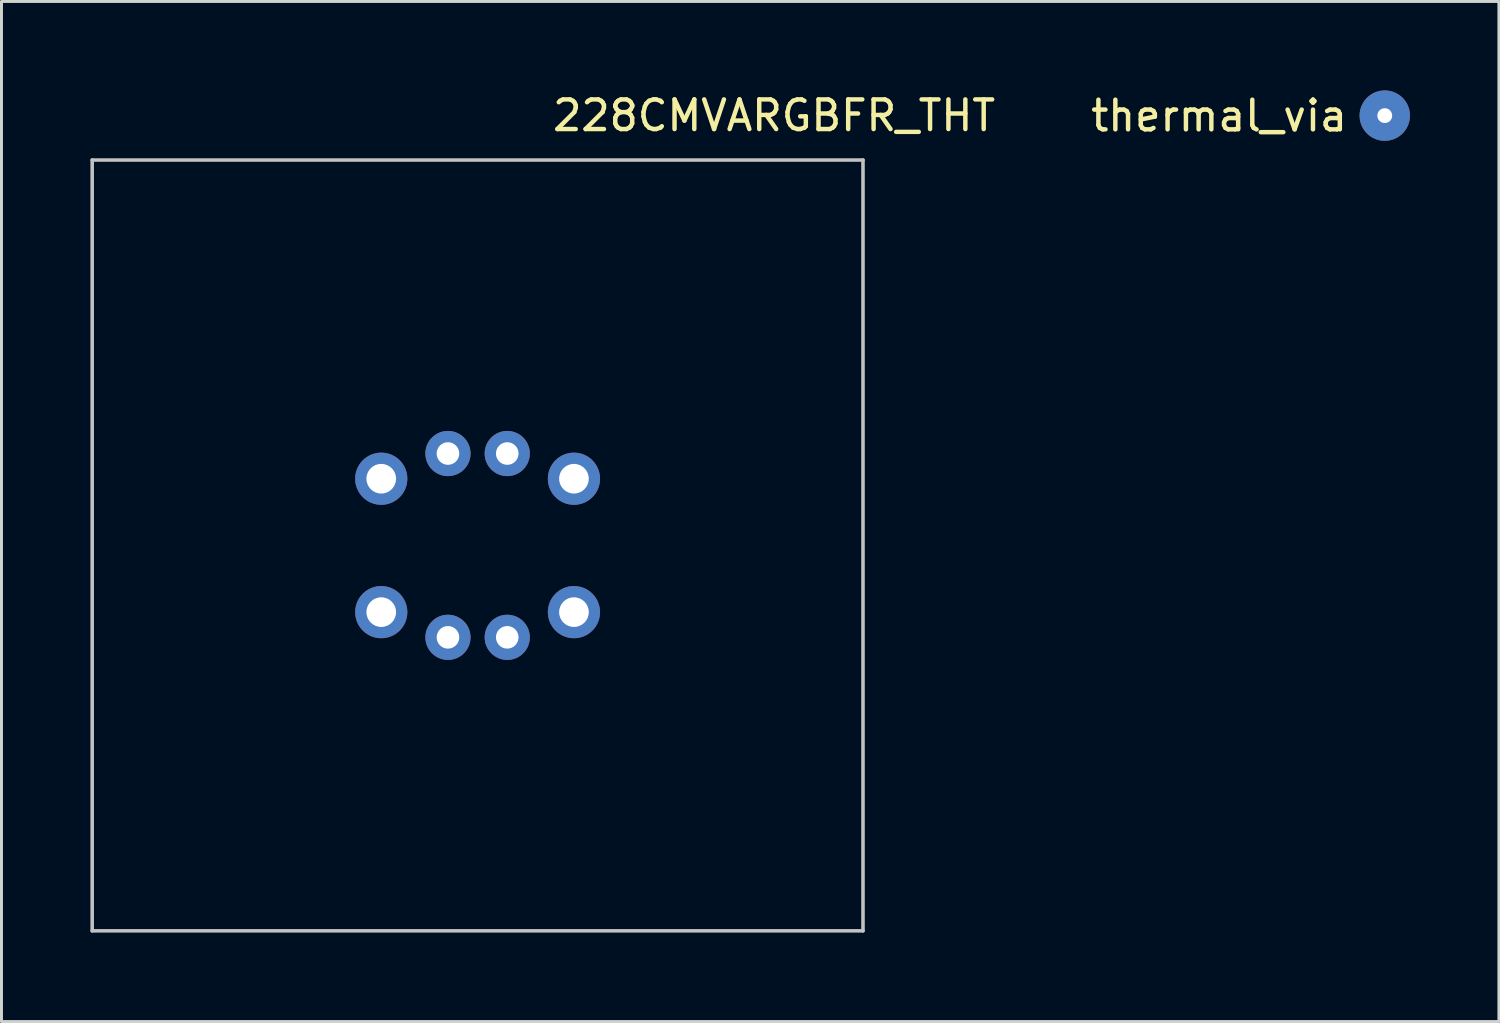
<source format=kicad_pcb>
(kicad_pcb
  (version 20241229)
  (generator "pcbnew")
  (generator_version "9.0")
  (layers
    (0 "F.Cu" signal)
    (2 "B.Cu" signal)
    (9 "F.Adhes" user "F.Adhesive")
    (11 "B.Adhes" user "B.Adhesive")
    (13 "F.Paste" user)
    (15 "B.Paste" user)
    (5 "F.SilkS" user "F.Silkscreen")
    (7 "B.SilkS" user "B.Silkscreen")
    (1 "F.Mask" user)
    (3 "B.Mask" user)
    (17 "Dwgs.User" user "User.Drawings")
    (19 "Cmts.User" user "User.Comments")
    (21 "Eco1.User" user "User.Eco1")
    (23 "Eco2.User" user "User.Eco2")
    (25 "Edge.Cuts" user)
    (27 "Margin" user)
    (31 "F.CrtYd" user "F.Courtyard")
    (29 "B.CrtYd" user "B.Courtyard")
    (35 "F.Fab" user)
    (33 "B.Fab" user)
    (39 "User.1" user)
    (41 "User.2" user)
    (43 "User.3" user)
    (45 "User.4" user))
  (footprint "228CMVARGBFR_THT"
    (layer "F.Cu")
    (at 13.06 15.348)
    (property "Reference" "228CMVARGBFR_THT" (at 10 -14.5 0) (layer "F.SilkS") (effects (font (size 1 1) (thickness 0.15))))
    (attr through_hole)
    (fp_line (start -13 -13) (end 13 -13) (stroke (width 0.12) (type solid)) (layer "Dwgs.User"))
    (fp_line (start -13 13) (end -13 -13) (stroke (width 0.12) (type solid)) (layer "Dwgs.User"))
    (fp_line (start -13 13) (end 13 13) (stroke (width 0.12) (type solid)) (layer "Dwgs.User"))
    (fp_line (start 13 -13) (end 13 13) (stroke (width 0.12) (type solid)) (layer "Dwgs.User"))
    (pad "1" thru_hole circle (at 3.25 -2.25) (size 1.76 1.76) (drill 1) (layers "*.Cu" "*.Mask"))
    (pad "2" thru_hole circle (at -3.25 -2.25) (size 1.76 1.76) (drill 1) (layers "*.Cu" "*.Mask"))
    (pad "3" thru_hole circle (at 3.25 2.25) (size 1.76 1.76) (drill 1) (layers "*.Cu" "*.Mask"))
    (pad "4" thru_hole circle (at -3.25 2.25) (size 1.76 1.76) (drill 1) (layers "*.Cu" "*.Mask"))
    (pad "5" thru_hole circle (at 1 -3.1) (size 1.524 1.524) (drill 0.762) (layers "*.Cu" "*.Mask"))
    (pad "6" thru_hole circle (at 1 3.1) (size 1.524 1.524) (drill 0.762) (layers "*.Cu" "*.Mask"))
    (pad "7" thru_hole circle (at -1 -3.1) (size 1.524 1.524) (drill 0.762) (layers "*.Cu" "*.Mask"))
    (pad "8" thru_hole circle (at -1 3.1) (size 1.524 1.524) (drill 0.762) (layers "*.Cu" "*.Mask")))
  (footprint "thermal_via"
    (layer "F.Cu")
    (at 38.072 1.358)
    (property "Reference" "thermal_via" (at 0 -0.5 0) (unlocked yes) (layer "F.SilkS") (effects (font (size 1 1) (thickness 0.15))))
    (attr smd)
    (pad "1" thru_hole circle (at 5.588 -0.508) (size 1.7 1.7) (drill 0.5) (layers "*.Cu" "*.Mask")))
  (gr_rect
    (start -3 -3)
    (end 47.51 31.408)
    (stroke (width 0.1) (type default))
    (fill no)
    (layer "Edge.Cuts")))
</source>
